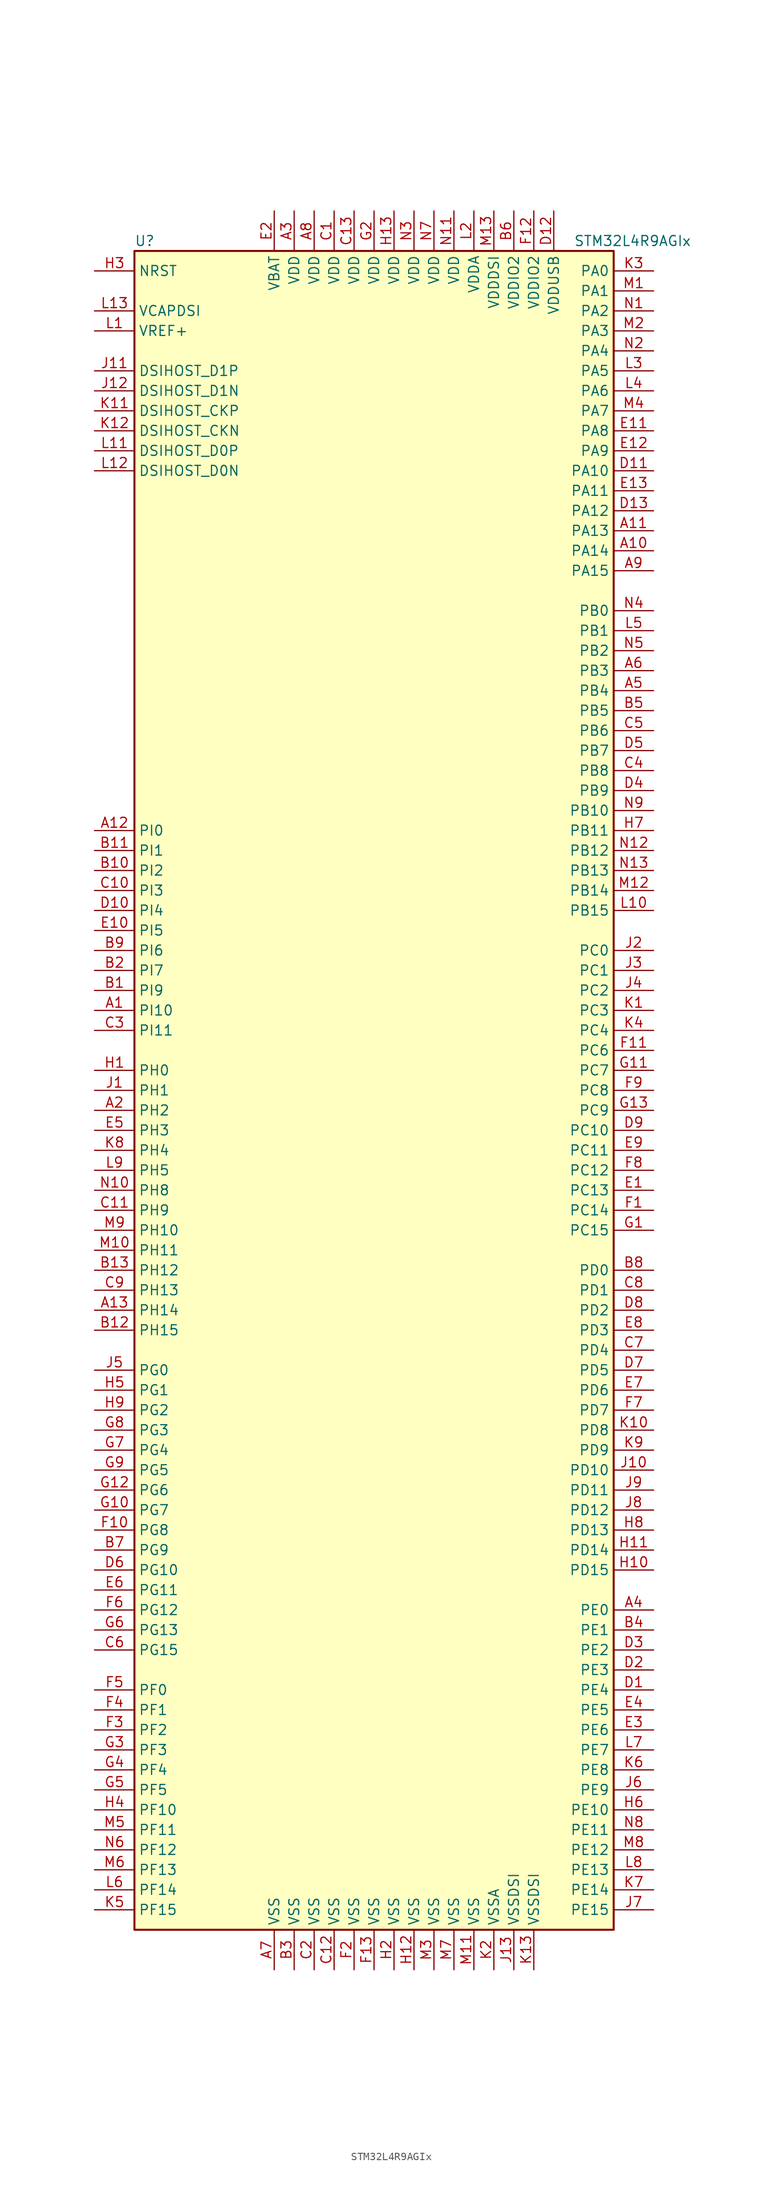
<source format=kicad_sym>
(kicad_symbol_lib
  (version 20201005)
  (generator kicad_symbol_editor)
  (symbol "STM32L4R9AGIx"
    (property "Reference" "U"
      (at -30.48 107.95 0)
      (effects (font (size 1.27 1.27)) (justify left)))
    (property "Value" "STM32L4R9AGIx"
      (at 25.4 107.95 0)
      (effects (font (size 1.27 1.27)) (justify left)))
    (symbol "STM32L4R9AGIx_0_1"
      (rectangle (start -30.48 -106.68) (end 30.48 106.68) (stroke (width 0.254)) (fill (type background))))
    (symbol "STM32L4R9AGIx_1_1"
      (pin bidirectional line (at -35.56 83.82 0) (length 5.08) (name "DSIHOST_CKN" (effects (font (size 1.27 1.27)))) (number "K12" (effects (font (size 1.27 1.27)))))
      (pin bidirectional line (at -35.56 86.36 0) (length 5.08) (name "DSIHOST_CKP" (effects (font (size 1.27 1.27)))) (number "K11" (effects (font (size 1.27 1.27)))))
      (pin bidirectional line (at -35.56 78.74 0) (length 5.08) (name "DSIHOST_D0N" (effects (font (size 1.27 1.27)))) (number "L12" (effects (font (size 1.27 1.27)))))
      (pin bidirectional line (at -35.56 81.28 0) (length 5.08) (name "DSIHOST_D0P" (effects (font (size 1.27 1.27)))) (number "L11" (effects (font (size 1.27 1.27)))))
      (pin bidirectional line (at -35.56 88.9 0) (length 5.08) (name "DSIHOST_D1N" (effects (font (size 1.27 1.27)))) (number "J12" (effects (font (size 1.27 1.27)))))
      (pin bidirectional line (at -35.56 91.44 0) (length 5.08) (name "DSIHOST_D1P" (effects (font (size 1.27 1.27)))) (number "J11" (effects (font (size 1.27 1.27)))))
      (pin input line (at -35.56 104.14 0) (length 5.08) (name "NRST" (effects (font (size 1.27 1.27)))) (number "H3" (effects (font (size 1.27 1.27)))))
      (pin bidirectional line (at 35.56 104.14 180) (length 5.08) (name "PA0" (effects (font (size 1.27 1.27)))) (number "K3" (effects (font (size 1.27 1.27)))))
      (pin bidirectional line (at 35.56 101.6 180) (length 5.08) (name "PA1" (effects (font (size 1.27 1.27)))) (number "M1" (effects (font (size 1.27 1.27)))))
      (pin bidirectional line (at 35.56 78.74 180) (length 5.08) (name "PA10" (effects (font (size 1.27 1.27)))) (number "D11" (effects (font (size 1.27 1.27)))))
      (pin bidirectional line (at 35.56 76.2 180) (length 5.08) (name "PA11" (effects (font (size 1.27 1.27)))) (number "E13" (effects (font (size 1.27 1.27)))))
      (pin bidirectional line (at 35.56 73.66 180) (length 5.08) (name "PA12" (effects (font (size 1.27 1.27)))) (number "D13" (effects (font (size 1.27 1.27)))))
      (pin bidirectional line (at 35.56 71.12 180) (length 5.08) (name "PA13" (effects (font (size 1.27 1.27)))) (number "A11" (effects (font (size 1.27 1.27)))))
      (pin bidirectional line (at 35.56 68.58 180) (length 5.08) (name "PA14" (effects (font (size 1.27 1.27)))) (number "A10" (effects (font (size 1.27 1.27)))))
      (pin bidirectional line (at 35.56 66.04 180) (length 5.08) (name "PA15" (effects (font (size 1.27 1.27)))) (number "A9" (effects (font (size 1.27 1.27)))))
      (pin bidirectional line (at 35.56 99.06 180) (length 5.08) (name "PA2" (effects (font (size 1.27 1.27)))) (number "N1" (effects (font (size 1.27 1.27)))))
      (pin bidirectional line (at 35.56 96.52 180) (length 5.08) (name "PA3" (effects (font (size 1.27 1.27)))) (number "M2" (effects (font (size 1.27 1.27)))))
      (pin bidirectional line (at 35.56 93.98 180) (length 5.08) (name "PA4" (effects (font (size 1.27 1.27)))) (number "N2" (effects (font (size 1.27 1.27)))))
      (pin bidirectional line (at 35.56 91.44 180) (length 5.08) (name "PA5" (effects (font (size 1.27 1.27)))) (number "L3" (effects (font (size 1.27 1.27)))))
      (pin bidirectional line (at 35.56 88.9 180) (length 5.08) (name "PA6" (effects (font (size 1.27 1.27)))) (number "L4" (effects (font (size 1.27 1.27)))))
      (pin bidirectional line (at 35.56 86.36 180) (length 5.08) (name "PA7" (effects (font (size 1.27 1.27)))) (number "M4" (effects (font (size 1.27 1.27)))))
      (pin bidirectional line (at 35.56 83.82 180) (length 5.08) (name "PA8" (effects (font (size 1.27 1.27)))) (number "E11" (effects (font (size 1.27 1.27)))))
      (pin bidirectional line (at 35.56 81.28 180) (length 5.08) (name "PA9" (effects (font (size 1.27 1.27)))) (number "E12" (effects (font (size 1.27 1.27)))))
      (pin bidirectional line (at 35.56 60.96 180) (length 5.08) (name "PB0" (effects (font (size 1.27 1.27)))) (number "N4" (effects (font (size 1.27 1.27)))))
      (pin bidirectional line (at 35.56 58.42 180) (length 5.08) (name "PB1" (effects (font (size 1.27 1.27)))) (number "L5" (effects (font (size 1.27 1.27)))))
      (pin bidirectional line (at 35.56 35.56 180) (length 5.08) (name "PB10" (effects (font (size 1.27 1.27)))) (number "N9" (effects (font (size 1.27 1.27)))))
      (pin bidirectional line (at 35.56 33.02 180) (length 5.08) (name "PB11" (effects (font (size 1.27 1.27)))) (number "H7" (effects (font (size 1.27 1.27)))))
      (pin bidirectional line (at 35.56 30.48 180) (length 5.08) (name "PB12" (effects (font (size 1.27 1.27)))) (number "N12" (effects (font (size 1.27 1.27)))))
      (pin bidirectional line (at 35.56 27.94 180) (length 5.08) (name "PB13" (effects (font (size 1.27 1.27)))) (number "N13" (effects (font (size 1.27 1.27)))))
      (pin bidirectional line (at 35.56 25.4 180) (length 5.08) (name "PB14" (effects (font (size 1.27 1.27)))) (number "M12" (effects (font (size 1.27 1.27)))))
      (pin bidirectional line (at 35.56 22.86 180) (length 5.08) (name "PB15" (effects (font (size 1.27 1.27)))) (number "L10" (effects (font (size 1.27 1.27)))))
      (pin bidirectional line (at 35.56 55.88 180) (length 5.08) (name "PB2" (effects (font (size 1.27 1.27)))) (number "N5" (effects (font (size 1.27 1.27)))))
      (pin bidirectional line (at 35.56 53.34 180) (length 5.08) (name "PB3" (effects (font (size 1.27 1.27)))) (number "A6" (effects (font (size 1.27 1.27)))))
      (pin bidirectional line (at 35.56 50.8 180) (length 5.08) (name "PB4" (effects (font (size 1.27 1.27)))) (number "A5" (effects (font (size 1.27 1.27)))))
      (pin bidirectional line (at 35.56 48.26 180) (length 5.08) (name "PB5" (effects (font (size 1.27 1.27)))) (number "B5" (effects (font (size 1.27 1.27)))))
      (pin bidirectional line (at 35.56 45.72 180) (length 5.08) (name "PB6" (effects (font (size 1.27 1.27)))) (number "C5" (effects (font (size 1.27 1.27)))))
      (pin bidirectional line (at 35.56 43.18 180) (length 5.08) (name "PB7" (effects (font (size 1.27 1.27)))) (number "D5" (effects (font (size 1.27 1.27)))))
      (pin bidirectional line (at 35.56 40.64 180) (length 5.08) (name "PB8" (effects (font (size 1.27 1.27)))) (number "C4" (effects (font (size 1.27 1.27)))))
      (pin bidirectional line (at 35.56 38.1 180) (length 5.08) (name "PB9" (effects (font (size 1.27 1.27)))) (number "D4" (effects (font (size 1.27 1.27)))))
      (pin bidirectional line (at 35.56 17.78 180) (length 5.08) (name "PC0" (effects (font (size 1.27 1.27)))) (number "J2" (effects (font (size 1.27 1.27)))))
      (pin bidirectional line (at 35.56 15.24 180) (length 5.08) (name "PC1" (effects (font (size 1.27 1.27)))) (number "J3" (effects (font (size 1.27 1.27)))))
      (pin bidirectional line (at 35.56 -5.08 180) (length 5.08) (name "PC10" (effects (font (size 1.27 1.27)))) (number "D9" (effects (font (size 1.27 1.27)))))
      (pin bidirectional line (at 35.56 -7.62 180) (length 5.08) (name "PC11" (effects (font (size 1.27 1.27)))) (number "E9" (effects (font (size 1.27 1.27)))))
      (pin bidirectional line (at 35.56 -10.16 180) (length 5.08) (name "PC12" (effects (font (size 1.27 1.27)))) (number "F8" (effects (font (size 1.27 1.27)))))
      (pin bidirectional line (at 35.56 -12.7 180) (length 5.08) (name "PC13" (effects (font (size 1.27 1.27)))) (number "E1" (effects (font (size 1.27 1.27)))))
      (pin bidirectional line (at 35.56 -15.24 180) (length 5.08) (name "PC14" (effects (font (size 1.27 1.27)))) (number "F1" (effects (font (size 1.27 1.27)))))
      (pin bidirectional line (at 35.56 -17.78 180) (length 5.08) (name "PC15" (effects (font (size 1.27 1.27)))) (number "G1" (effects (font (size 1.27 1.27)))))
      (pin bidirectional line (at 35.56 12.7 180) (length 5.08) (name "PC2" (effects (font (size 1.27 1.27)))) (number "J4" (effects (font (size 1.27 1.27)))))
      (pin bidirectional line (at 35.56 10.16 180) (length 5.08) (name "PC3" (effects (font (size 1.27 1.27)))) (number "K1" (effects (font (size 1.27 1.27)))))
      (pin bidirectional line (at 35.56 7.62 180) (length 5.08) (name "PC4" (effects (font (size 1.27 1.27)))) (number "K4" (effects (font (size 1.27 1.27)))))
      (pin bidirectional line (at 35.56 5.08 180) (length 5.08) (name "PC6" (effects (font (size 1.27 1.27)))) (number "F11" (effects (font (size 1.27 1.27)))))
      (pin bidirectional line (at 35.56 2.54 180) (length 5.08) (name "PC7" (effects (font (size 1.27 1.27)))) (number "G11" (effects (font (size 1.27 1.27)))))
      (pin bidirectional line (at 35.56 0 180) (length 5.08) (name "PC8" (effects (font (size 1.27 1.27)))) (number "F9" (effects (font (size 1.27 1.27)))))
      (pin bidirectional line (at 35.56 -2.54 180) (length 5.08) (name "PC9" (effects (font (size 1.27 1.27)))) (number "G13" (effects (font (size 1.27 1.27)))))
      (pin bidirectional line (at 35.56 -22.86 180) (length 5.08) (name "PD0" (effects (font (size 1.27 1.27)))) (number "B8" (effects (font (size 1.27 1.27)))))
      (pin bidirectional line (at 35.56 -25.4 180) (length 5.08) (name "PD1" (effects (font (size 1.27 1.27)))) (number "C8" (effects (font (size 1.27 1.27)))))
      (pin bidirectional line (at 35.56 -48.26 180) (length 5.08) (name "PD10" (effects (font (size 1.27 1.27)))) (number "J10" (effects (font (size 1.27 1.27)))))
      (pin bidirectional line (at 35.56 -50.8 180) (length 5.08) (name "PD11" (effects (font (size 1.27 1.27)))) (number "J9" (effects (font (size 1.27 1.27)))))
      (pin bidirectional line (at 35.56 -53.34 180) (length 5.08) (name "PD12" (effects (font (size 1.27 1.27)))) (number "J8" (effects (font (size 1.27 1.27)))))
      (pin bidirectional line (at 35.56 -55.88 180) (length 5.08) (name "PD13" (effects (font (size 1.27 1.27)))) (number "H8" (effects (font (size 1.27 1.27)))))
      (pin bidirectional line (at 35.56 -58.42 180) (length 5.08) (name "PD14" (effects (font (size 1.27 1.27)))) (number "H11" (effects (font (size 1.27 1.27)))))
      (pin bidirectional line (at 35.56 -60.96 180) (length 5.08) (name "PD15" (effects (font (size 1.27 1.27)))) (number "H10" (effects (font (size 1.27 1.27)))))
      (pin bidirectional line (at 35.56 -27.94 180) (length 5.08) (name "PD2" (effects (font (size 1.27 1.27)))) (number "D8" (effects (font (size 1.27 1.27)))))
      (pin bidirectional line (at 35.56 -30.48 180) (length 5.08) (name "PD3" (effects (font (size 1.27 1.27)))) (number "E8" (effects (font (size 1.27 1.27)))))
      (pin bidirectional line (at 35.56 -33.02 180) (length 5.08) (name "PD4" (effects (font (size 1.27 1.27)))) (number "C7" (effects (font (size 1.27 1.27)))))
      (pin bidirectional line (at 35.56 -35.56 180) (length 5.08) (name "PD5" (effects (font (size 1.27 1.27)))) (number "D7" (effects (font (size 1.27 1.27)))))
      (pin bidirectional line (at 35.56 -38.1 180) (length 5.08) (name "PD6" (effects (font (size 1.27 1.27)))) (number "E7" (effects (font (size 1.27 1.27)))))
      (pin bidirectional line (at 35.56 -40.64 180) (length 5.08) (name "PD7" (effects (font (size 1.27 1.27)))) (number "F7" (effects (font (size 1.27 1.27)))))
      (pin bidirectional line (at 35.56 -43.18 180) (length 5.08) (name "PD8" (effects (font (size 1.27 1.27)))) (number "K10" (effects (font (size 1.27 1.27)))))
      (pin bidirectional line (at 35.56 -45.72 180) (length 5.08) (name "PD9" (effects (font (size 1.27 1.27)))) (number "K9" (effects (font (size 1.27 1.27)))))
      (pin bidirectional line (at 35.56 -66.04 180) (length 5.08) (name "PE0" (effects (font (size 1.27 1.27)))) (number "A4" (effects (font (size 1.27 1.27)))))
      (pin bidirectional line (at 35.56 -68.58 180) (length 5.08) (name "PE1" (effects (font (size 1.27 1.27)))) (number "B4" (effects (font (size 1.27 1.27)))))
      (pin bidirectional line (at 35.56 -91.44 180) (length 5.08) (name "PE10" (effects (font (size 1.27 1.27)))) (number "H6" (effects (font (size 1.27 1.27)))))
      (pin bidirectional line (at 35.56 -93.98 180) (length 5.08) (name "PE11" (effects (font (size 1.27 1.27)))) (number "N8" (effects (font (size 1.27 1.27)))))
      (pin bidirectional line (at 35.56 -96.52 180) (length 5.08) (name "PE12" (effects (font (size 1.27 1.27)))) (number "M8" (effects (font (size 1.27 1.27)))))
      (pin bidirectional line (at 35.56 -99.06 180) (length 5.08) (name "PE13" (effects (font (size 1.27 1.27)))) (number "L8" (effects (font (size 1.27 1.27)))))
      (pin bidirectional line (at 35.56 -101.6 180) (length 5.08) (name "PE14" (effects (font (size 1.27 1.27)))) (number "K7" (effects (font (size 1.27 1.27)))))
      (pin bidirectional line (at 35.56 -104.14 180) (length 5.08) (name "PE15" (effects (font (size 1.27 1.27)))) (number "J7" (effects (font (size 1.27 1.27)))))
      (pin bidirectional line (at 35.56 -71.12 180) (length 5.08) (name "PE2" (effects (font (size 1.27 1.27)))) (number "D3" (effects (font (size 1.27 1.27)))))
      (pin bidirectional line (at 35.56 -73.66 180) (length 5.08) (name "PE3" (effects (font (size 1.27 1.27)))) (number "D2" (effects (font (size 1.27 1.27)))))
      (pin bidirectional line (at 35.56 -76.2 180) (length 5.08) (name "PE4" (effects (font (size 1.27 1.27)))) (number "D1" (effects (font (size 1.27 1.27)))))
      (pin bidirectional line (at 35.56 -78.74 180) (length 5.08) (name "PE5" (effects (font (size 1.27 1.27)))) (number "E4" (effects (font (size 1.27 1.27)))))
      (pin bidirectional line (at 35.56 -81.28 180) (length 5.08) (name "PE6" (effects (font (size 1.27 1.27)))) (number "E3" (effects (font (size 1.27 1.27)))))
      (pin bidirectional line (at 35.56 -83.82 180) (length 5.08) (name "PE7" (effects (font (size 1.27 1.27)))) (number "L7" (effects (font (size 1.27 1.27)))))
      (pin bidirectional line (at 35.56 -86.36 180) (length 5.08) (name "PE8" (effects (font (size 1.27 1.27)))) (number "K6" (effects (font (size 1.27 1.27)))))
      (pin bidirectional line (at 35.56 -88.9 180) (length 5.08) (name "PE9" (effects (font (size 1.27 1.27)))) (number "J6" (effects (font (size 1.27 1.27)))))
      (pin bidirectional line (at -35.56 -76.2 0) (length 5.08) (name "PF0" (effects (font (size 1.27 1.27)))) (number "F5" (effects (font (size 1.27 1.27)))))
      (pin bidirectional line (at -35.56 -78.74 0) (length 5.08) (name "PF1" (effects (font (size 1.27 1.27)))) (number "F4" (effects (font (size 1.27 1.27)))))
      (pin bidirectional line (at -35.56 -91.44 0) (length 5.08) (name "PF10" (effects (font (size 1.27 1.27)))) (number "H4" (effects (font (size 1.27 1.27)))))
      (pin bidirectional line (at -35.56 -93.98 0) (length 5.08) (name "PF11" (effects (font (size 1.27 1.27)))) (number "M5" (effects (font (size 1.27 1.27)))))
      (pin bidirectional line (at -35.56 -96.52 0) (length 5.08) (name "PF12" (effects (font (size 1.27 1.27)))) (number "N6" (effects (font (size 1.27 1.27)))))
      (pin bidirectional line (at -35.56 -99.06 0) (length 5.08) (name "PF13" (effects (font (size 1.27 1.27)))) (number "M6" (effects (font (size 1.27 1.27)))))
      (pin bidirectional line (at -35.56 -101.6 0) (length 5.08) (name "PF14" (effects (font (size 1.27 1.27)))) (number "L6" (effects (font (size 1.27 1.27)))))
      (pin bidirectional line (at -35.56 -104.14 0) (length 5.08) (name "PF15" (effects (font (size 1.27 1.27)))) (number "K5" (effects (font (size 1.27 1.27)))))
      (pin bidirectional line (at -35.56 -81.28 0) (length 5.08) (name "PF2" (effects (font (size 1.27 1.27)))) (number "F3" (effects (font (size 1.27 1.27)))))
      (pin bidirectional line (at -35.56 -83.82 0) (length 5.08) (name "PF3" (effects (font (size 1.27 1.27)))) (number "G3" (effects (font (size 1.27 1.27)))))
      (pin bidirectional line (at -35.56 -86.36 0) (length 5.08) (name "PF4" (effects (font (size 1.27 1.27)))) (number "G4" (effects (font (size 1.27 1.27)))))
      (pin bidirectional line (at -35.56 -88.9 0) (length 5.08) (name "PF5" (effects (font (size 1.27 1.27)))) (number "G5" (effects (font (size 1.27 1.27)))))
      (pin bidirectional line (at -35.56 -35.56 0) (length 5.08) (name "PG0" (effects (font (size 1.27 1.27)))) (number "J5" (effects (font (size 1.27 1.27)))))
      (pin bidirectional line (at -35.56 -38.1 0) (length 5.08) (name "PG1" (effects (font (size 1.27 1.27)))) (number "H5" (effects (font (size 1.27 1.27)))))
      (pin bidirectional line (at -35.56 -60.96 0) (length 5.08) (name "PG10" (effects (font (size 1.27 1.27)))) (number "D6" (effects (font (size 1.27 1.27)))))
      (pin bidirectional line (at -35.56 -63.5 0) (length 5.08) (name "PG11" (effects (font (size 1.27 1.27)))) (number "E6" (effects (font (size 1.27 1.27)))))
      (pin bidirectional line (at -35.56 -66.04 0) (length 5.08) (name "PG12" (effects (font (size 1.27 1.27)))) (number "F6" (effects (font (size 1.27 1.27)))))
      (pin bidirectional line (at -35.56 -68.58 0) (length 5.08) (name "PG13" (effects (font (size 1.27 1.27)))) (number "G6" (effects (font (size 1.27 1.27)))))
      (pin bidirectional line (at -35.56 -71.12 0) (length 5.08) (name "PG15" (effects (font (size 1.27 1.27)))) (number "C6" (effects (font (size 1.27 1.27)))))
      (pin bidirectional line (at -35.56 -40.64 0) (length 5.08) (name "PG2" (effects (font (size 1.27 1.27)))) (number "H9" (effects (font (size 1.27 1.27)))))
      (pin bidirectional line (at -35.56 -43.18 0) (length 5.08) (name "PG3" (effects (font (size 1.27 1.27)))) (number "G8" (effects (font (size 1.27 1.27)))))
      (pin bidirectional line (at -35.56 -45.72 0) (length 5.08) (name "PG4" (effects (font (size 1.27 1.27)))) (number "G7" (effects (font (size 1.27 1.27)))))
      (pin bidirectional line (at -35.56 -48.26 0) (length 5.08) (name "PG5" (effects (font (size 1.27 1.27)))) (number "G9" (effects (font (size 1.27 1.27)))))
      (pin bidirectional line (at -35.56 -50.8 0) (length 5.08) (name "PG6" (effects (font (size 1.27 1.27)))) (number "G12" (effects (font (size 1.27 1.27)))))
      (pin bidirectional line (at -35.56 -53.34 0) (length 5.08) (name "PG7" (effects (font (size 1.27 1.27)))) (number "G10" (effects (font (size 1.27 1.27)))))
      (pin bidirectional line (at -35.56 -55.88 0) (length 5.08) (name "PG8" (effects (font (size 1.27 1.27)))) (number "F10" (effects (font (size 1.27 1.27)))))
      (pin bidirectional line (at -35.56 -58.42 0) (length 5.08) (name "PG9" (effects (font (size 1.27 1.27)))) (number "B7" (effects (font (size 1.27 1.27)))))
      (pin input line (at -35.56 2.54 0) (length 5.08) (name "PH0" (effects (font (size 1.27 1.27)))) (number "H1" (effects (font (size 1.27 1.27)))))
      (pin input line (at -35.56 0 0) (length 5.08) (name "PH1" (effects (font (size 1.27 1.27)))) (number "J1" (effects (font (size 1.27 1.27)))))
      (pin bidirectional line (at -35.56 -17.78 0) (length 5.08) (name "PH10" (effects (font (size 1.27 1.27)))) (number "M9" (effects (font (size 1.27 1.27)))))
      (pin bidirectional line (at -35.56 -20.32 0) (length 5.08) (name "PH11" (effects (font (size 1.27 1.27)))) (number "M10" (effects (font (size 1.27 1.27)))))
      (pin bidirectional line (at -35.56 -22.86 0) (length 5.08) (name "PH12" (effects (font (size 1.27 1.27)))) (number "B13" (effects (font (size 1.27 1.27)))))
      (pin bidirectional line (at -35.56 -25.4 0) (length 5.08) (name "PH13" (effects (font (size 1.27 1.27)))) (number "C9" (effects (font (size 1.27 1.27)))))
      (pin bidirectional line (at -35.56 -27.94 0) (length 5.08) (name "PH14" (effects (font (size 1.27 1.27)))) (number "A13" (effects (font (size 1.27 1.27)))))
      (pin bidirectional line (at -35.56 -30.48 0) (length 5.08) (name "PH15" (effects (font (size 1.27 1.27)))) (number "B12" (effects (font (size 1.27 1.27)))))
      (pin bidirectional line (at -35.56 -2.54 0) (length 5.08) (name "PH2" (effects (font (size 1.27 1.27)))) (number "A2" (effects (font (size 1.27 1.27)))))
      (pin bidirectional line (at -35.56 -5.08 0) (length 5.08) (name "PH3" (effects (font (size 1.27 1.27)))) (number "E5" (effects (font (size 1.27 1.27)))))
      (pin bidirectional line (at -35.56 -7.62 0) (length 5.08) (name "PH4" (effects (font (size 1.27 1.27)))) (number "K8" (effects (font (size 1.27 1.27)))))
      (pin bidirectional line (at -35.56 -10.16 0) (length 5.08) (name "PH5" (effects (font (size 1.27 1.27)))) (number "L9" (effects (font (size 1.27 1.27)))))
      (pin bidirectional line (at -35.56 -12.7 0) (length 5.08) (name "PH8" (effects (font (size 1.27 1.27)))) (number "N10" (effects (font (size 1.27 1.27)))))
      (pin bidirectional line (at -35.56 -15.24 0) (length 5.08) (name "PH9" (effects (font (size 1.27 1.27)))) (number "C11" (effects (font (size 1.27 1.27)))))
      (pin bidirectional line (at -35.56 33.02 0) (length 5.08) (name "PI0" (effects (font (size 1.27 1.27)))) (number "A12" (effects (font (size 1.27 1.27)))))
      (pin bidirectional line (at -35.56 30.48 0) (length 5.08) (name "PI1" (effects (font (size 1.27 1.27)))) (number "B11" (effects (font (size 1.27 1.27)))))
      (pin bidirectional line (at -35.56 10.16 0) (length 5.08) (name "PI10" (effects (font (size 1.27 1.27)))) (number "A1" (effects (font (size 1.27 1.27)))))
      (pin bidirectional line (at -35.56 7.62 0) (length 5.08) (name "PI11" (effects (font (size 1.27 1.27)))) (number "C3" (effects (font (size 1.27 1.27)))))
      (pin bidirectional line (at -35.56 27.94 0) (length 5.08) (name "PI2" (effects (font (size 1.27 1.27)))) (number "B10" (effects (font (size 1.27 1.27)))))
      (pin bidirectional line (at -35.56 25.4 0) (length 5.08) (name "PI3" (effects (font (size 1.27 1.27)))) (number "C10" (effects (font (size 1.27 1.27)))))
      (pin bidirectional line (at -35.56 22.86 0) (length 5.08) (name "PI4" (effects (font (size 1.27 1.27)))) (number "D10" (effects (font (size 1.27 1.27)))))
      (pin bidirectional line (at -35.56 20.32 0) (length 5.08) (name "PI5" (effects (font (size 1.27 1.27)))) (number "E10" (effects (font (size 1.27 1.27)))))
      (pin bidirectional line (at -35.56 17.78 0) (length 5.08) (name "PI6" (effects (font (size 1.27 1.27)))) (number "B9" (effects (font (size 1.27 1.27)))))
      (pin bidirectional line (at -35.56 15.24 0) (length 5.08) (name "PI7" (effects (font (size 1.27 1.27)))) (number "B2" (effects (font (size 1.27 1.27)))))
      (pin bidirectional line (at -35.56 12.7 0) (length 5.08) (name "PI9" (effects (font (size 1.27 1.27)))) (number "B1" (effects (font (size 1.27 1.27)))))
      (pin power_in line (at -12.7 111.76 270) (length 5.08) (name "VBAT" (effects (font (size 1.27 1.27)))) (number "E2" (effects (font (size 1.27 1.27)))))
      (pin power_in line (at -35.56 99.06 0) (length 5.08) (name "VCAPDSI" (effects (font (size 1.27 1.27)))) (number "L13" (effects (font (size 1.27 1.27)))))
      (pin power_in line (at -10.16 111.76 270) (length 5.08) (name "VDD" (effects (font (size 1.27 1.27)))) (number "A3" (effects (font (size 1.27 1.27)))))
      (pin power_in line (at -7.62 111.76 270) (length 5.08) (name "VDD" (effects (font (size 1.27 1.27)))) (number "A8" (effects (font (size 1.27 1.27)))))
      (pin power_in line (at -5.08 111.76 270) (length 5.08) (name "VDD" (effects (font (size 1.27 1.27)))) (number "C1" (effects (font (size 1.27 1.27)))))
      (pin power_in line (at -2.54 111.76 270) (length 5.08) (name "VDD" (effects (font (size 1.27 1.27)))) (number "C13" (effects (font (size 1.27 1.27)))))
      (pin power_in line (at 0 111.76 270) (length 5.08) (name "VDD" (effects (font (size 1.27 1.27)))) (number "G2" (effects (font (size 1.27 1.27)))))
      (pin power_in line (at 2.54 111.76 270) (length 5.08) (name "VDD" (effects (font (size 1.27 1.27)))) (number "H13" (effects (font (size 1.27 1.27)))))
      (pin power_in line (at 10.16 111.76 270) (length 5.08) (name "VDD" (effects (font (size 1.27 1.27)))) (number "N11" (effects (font (size 1.27 1.27)))))
      (pin power_in line (at 5.08 111.76 270) (length 5.08) (name "VDD" (effects (font (size 1.27 1.27)))) (number "N3" (effects (font (size 1.27 1.27)))))
      (pin power_in line (at 7.62 111.76 270) (length 5.08) (name "VDD" (effects (font (size 1.27 1.27)))) (number "N7" (effects (font (size 1.27 1.27)))))
      (pin power_in line (at 12.7 111.76 270) (length 5.08) (name "VDDA" (effects (font (size 1.27 1.27)))) (number "L2" (effects (font (size 1.27 1.27)))))
      (pin power_in line (at 15.24 111.76 270) (length 5.08) (name "VDDDSI" (effects (font (size 1.27 1.27)))) (number "M13" (effects (font (size 1.27 1.27)))))
      (pin power_in line (at 17.78 111.76 270) (length 5.08) (name "VDDIO2" (effects (font (size 1.27 1.27)))) (number "B6" (effects (font (size 1.27 1.27)))))
      (pin power_in line (at 20.32 111.76 270) (length 5.08) (name "VDDIO2" (effects (font (size 1.27 1.27)))) (number "F12" (effects (font (size 1.27 1.27)))))
      (pin power_in line (at 22.86 111.76 270) (length 5.08) (name "VDDUSB" (effects (font (size 1.27 1.27)))) (number "D12" (effects (font (size 1.27 1.27)))))
      (pin bidirectional line (at -35.56 96.52 0) (length 5.08) (name "VREF+" (effects (font (size 1.27 1.27)))) (number "L1" (effects (font (size 1.27 1.27)))))
      (pin power_in line (at -12.7 -111.76 90) (length 5.08) (name "VSS" (effects (font (size 1.27 1.27)))) (number "A7" (effects (font (size 1.27 1.27)))))
      (pin power_in line (at -10.16 -111.76 90) (length 5.08) (name "VSS" (effects (font (size 1.27 1.27)))) (number "B3" (effects (font (size 1.27 1.27)))))
      (pin power_in line (at -5.08 -111.76 90) (length 5.08) (name "VSS" (effects (font (size 1.27 1.27)))) (number "C12" (effects (font (size 1.27 1.27)))))
      (pin power_in line (at -7.62 -111.76 90) (length 5.08) (name "VSS" (effects (font (size 1.27 1.27)))) (number "C2" (effects (font (size 1.27 1.27)))))
      (pin power_in line (at 0 -111.76 90) (length 5.08) (name "VSS" (effects (font (size 1.27 1.27)))) (number "F13" (effects (font (size 1.27 1.27)))))
      (pin power_in line (at -2.54 -111.76 90) (length 5.08) (name "VSS" (effects (font (size 1.27 1.27)))) (number "F2" (effects (font (size 1.27 1.27)))))
      (pin power_in line (at 5.08 -111.76 90) (length 5.08) (name "VSS" (effects (font (size 1.27 1.27)))) (number "H12" (effects (font (size 1.27 1.27)))))
      (pin power_in line (at 2.54 -111.76 90) (length 5.08) (name "VSS" (effects (font (size 1.27 1.27)))) (number "H2" (effects (font (size 1.27 1.27)))))
      (pin power_in line (at 12.7 -111.76 90) (length 5.08) (name "VSS" (effects (font (size 1.27 1.27)))) (number "M11" (effects (font (size 1.27 1.27)))))
      (pin power_in line (at 7.62 -111.76 90) (length 5.08) (name "VSS" (effects (font (size 1.27 1.27)))) (number "M3" (effects (font (size 1.27 1.27)))))
      (pin power_in line (at 10.16 -111.76 90) (length 5.08) (name "VSS" (effects (font (size 1.27 1.27)))) (number "M7" (effects (font (size 1.27 1.27)))))
      (pin power_in line (at 15.24 -111.76 90) (length 5.08) (name "VSSA" (effects (font (size 1.27 1.27)))) (number "K2" (effects (font (size 1.27 1.27)))))
      (pin power_in line (at 17.78 -111.76 90) (length 5.08) (name "VSSDSI" (effects (font (size 1.27 1.27)))) (number "J13" (effects (font (size 1.27 1.27)))))
      (pin power_in line (at 20.32 -111.76 90) (length 5.08) (name "VSSDSI" (effects (font (size 1.27 1.27)))) (number "K13" (effects (font (size 1.27 1.27))))))))
</source>
